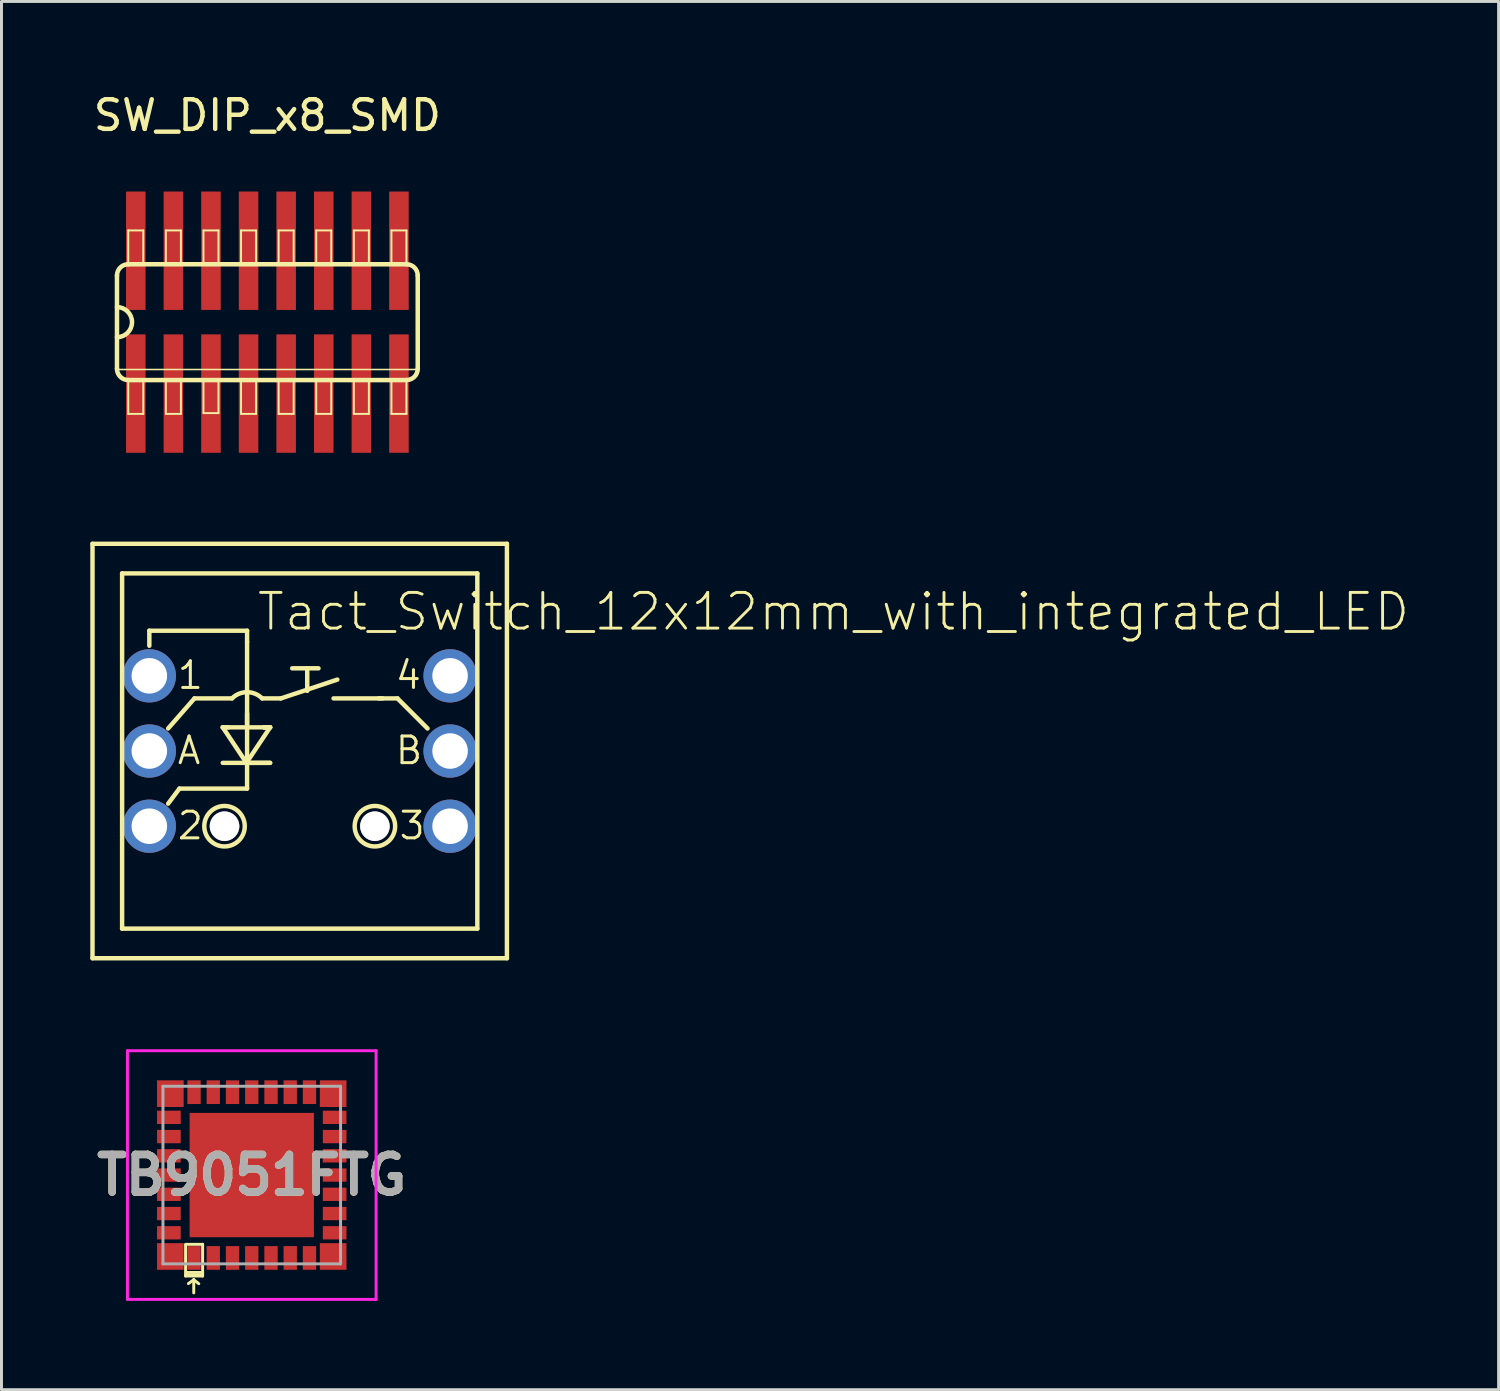
<source format=kicad_pcb>
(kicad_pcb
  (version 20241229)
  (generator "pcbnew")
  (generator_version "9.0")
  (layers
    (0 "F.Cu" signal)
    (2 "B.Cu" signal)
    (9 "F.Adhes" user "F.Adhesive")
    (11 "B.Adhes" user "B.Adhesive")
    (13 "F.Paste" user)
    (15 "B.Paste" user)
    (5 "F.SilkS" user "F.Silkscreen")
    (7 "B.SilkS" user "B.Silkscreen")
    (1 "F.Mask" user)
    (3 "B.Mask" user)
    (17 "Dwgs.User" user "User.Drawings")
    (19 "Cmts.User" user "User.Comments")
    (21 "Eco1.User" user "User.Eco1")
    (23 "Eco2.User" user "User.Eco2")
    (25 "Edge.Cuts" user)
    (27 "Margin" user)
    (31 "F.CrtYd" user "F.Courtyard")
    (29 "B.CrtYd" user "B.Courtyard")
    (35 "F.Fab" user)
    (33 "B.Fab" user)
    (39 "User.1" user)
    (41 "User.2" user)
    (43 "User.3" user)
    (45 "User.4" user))
  (footprint "SW_DIP_x8_SMD"
    (layer "F.Cu")
    (at 5.982 7.833)
    (property "Reference" "SW_DIP_x8_SMD" (at 0 -6.985 0) (layer "F.SilkS") (effects (font (size 1 1) (thickness 0.15))))
    (attr smd)
    (fp_line (start -5.08 -1.575) (end -5.08 1.575) (stroke (width 0.152) (type solid)) (layer "F.SilkS"))
    (fp_line (start -5.08 1.6) (end 5.08 1.6) (stroke (width 0.051) (type solid)) (layer "F.SilkS"))
    (fp_line (start -4.699 -3.099) (end -4.191 -3.099) (stroke (width 0.066) (type solid)) (layer "F.SilkS"))
    (fp_line (start -4.699 -1.956) (end -4.699 -3.099) (stroke (width 0.066) (type solid)) (layer "F.SilkS"))
    (fp_line (start -4.699 -1.956) (end -4.191 -1.956) (stroke (width 0.066) (type solid)) (layer "F.SilkS"))
    (fp_line (start -4.699 1.956) (end -4.191 1.956) (stroke (width 0.066) (type solid)) (layer "F.SilkS"))
    (fp_line (start -4.699 1.956) (end 4.699 1.956) (stroke (width 0.152) (type solid)) (layer "F.SilkS"))
    (fp_line (start -4.699 3.099) (end -4.699 1.956) (stroke (width 0.066) (type solid)) (layer "F.SilkS"))
    (fp_line (start -4.699 3.099) (end -4.191 3.099) (stroke (width 0.066) (type solid)) (layer "F.SilkS"))
    (fp_line (start -4.191 -1.956) (end -4.191 -3.099) (stroke (width 0.066) (type solid)) (layer "F.SilkS"))
    (fp_line (start -4.191 3.099) (end -4.191 1.956) (stroke (width 0.066) (type solid)) (layer "F.SilkS"))
    (fp_line (start -3.429 -3.099) (end -2.921 -3.099) (stroke (width 0.066) (type solid)) (layer "F.SilkS"))
    (fp_line (start -3.429 -1.956) (end -3.429 -3.099) (stroke (width 0.066) (type solid)) (layer "F.SilkS"))
    (fp_line (start -3.429 -1.956) (end -2.921 -1.956) (stroke (width 0.066) (type solid)) (layer "F.SilkS"))
    (fp_line (start -3.429 1.956) (end -2.921 1.956) (stroke (width 0.066) (type solid)) (layer "F.SilkS"))
    (fp_line (start -3.429 3.099) (end -3.429 1.956) (stroke (width 0.066) (type solid)) (layer "F.SilkS"))
    (fp_line (start -3.429 3.099) (end -2.921 3.099) (stroke (width 0.066) (type solid)) (layer "F.SilkS"))
    (fp_line (start -2.921 -1.956) (end -2.921 -3.099) (stroke (width 0.066) (type solid)) (layer "F.SilkS"))
    (fp_line (start -2.921 3.099) (end -2.921 1.956) (stroke (width 0.066) (type solid)) (layer "F.SilkS"))
    (fp_line (start -2.159 -3.099) (end -1.651 -3.099) (stroke (width 0.066) (type solid)) (layer "F.SilkS"))
    (fp_line (start -2.159 -1.956) (end -2.159 -3.099) (stroke (width 0.066) (type solid)) (layer "F.SilkS"))
    (fp_line (start -2.159 -1.956) (end -1.651 -1.956) (stroke (width 0.066) (type solid)) (layer "F.SilkS"))
    (fp_line (start -2.159 1.93) (end -1.651 1.93) (stroke (width 0.066) (type solid)) (layer "F.SilkS"))
    (fp_line (start -2.159 3.073) (end -2.159 1.93) (stroke (width 0.066) (type solid)) (layer "F.SilkS"))
    (fp_line (start -2.159 3.073) (end -1.651 3.073) (stroke (width 0.066) (type solid)) (layer "F.SilkS"))
    (fp_line (start -1.651 -1.956) (end -1.651 -3.099) (stroke (width 0.066) (type solid)) (layer "F.SilkS"))
    (fp_line (start -1.651 3.073) (end -1.651 1.93) (stroke (width 0.066) (type solid)) (layer "F.SilkS"))
    (fp_line (start -0.889 -3.099) (end -0.381 -3.099) (stroke (width 0.066) (type solid)) (layer "F.SilkS"))
    (fp_line (start -0.889 -1.956) (end -0.889 -3.099) (stroke (width 0.066) (type solid)) (layer "F.SilkS"))
    (fp_line (start -0.889 -1.956) (end -0.381 -1.956) (stroke (width 0.066) (type solid)) (layer "F.SilkS"))
    (fp_line (start -0.889 1.956) (end -0.381 1.956) (stroke (width 0.066) (type solid)) (layer "F.SilkS"))
    (fp_line (start -0.889 3.099) (end -0.889 1.956) (stroke (width 0.066) (type solid)) (layer "F.SilkS"))
    (fp_line (start -0.889 3.099) (end -0.381 3.099) (stroke (width 0.066) (type solid)) (layer "F.SilkS"))
    (fp_line (start -0.381 -1.956) (end -0.381 -3.099) (stroke (width 0.066) (type solid)) (layer "F.SilkS"))
    (fp_line (start -0.381 3.099) (end -0.381 1.956) (stroke (width 0.066) (type solid)) (layer "F.SilkS"))
    (fp_line (start 0.381 -3.099) (end 0.889 -3.099) (stroke (width 0.066) (type solid)) (layer "F.SilkS"))
    (fp_line (start 0.381 -1.956) (end 0.381 -3.099) (stroke (width 0.066) (type solid)) (layer "F.SilkS"))
    (fp_line (start 0.381 -1.956) (end 0.889 -1.956) (stroke (width 0.066) (type solid)) (layer "F.SilkS"))
    (fp_line (start 0.381 1.956) (end 0.889 1.956) (stroke (width 0.066) (type solid)) (layer "F.SilkS"))
    (fp_line (start 0.381 3.099) (end 0.381 1.956) (stroke (width 0.066) (type solid)) (layer "F.SilkS"))
    (fp_line (start 0.381 3.099) (end 0.889 3.099) (stroke (width 0.066) (type solid)) (layer "F.SilkS"))
    (fp_line (start 0.889 -1.956) (end 0.889 -3.099) (stroke (width 0.066) (type solid)) (layer "F.SilkS"))
    (fp_line (start 0.889 3.099) (end 0.889 1.956) (stroke (width 0.066) (type solid)) (layer "F.SilkS"))
    (fp_line (start 1.651 -3.099) (end 2.159 -3.099) (stroke (width 0.066) (type solid)) (layer "F.SilkS"))
    (fp_line (start 1.651 -1.956) (end 1.651 -3.099) (stroke (width 0.066) (type solid)) (layer "F.SilkS"))
    (fp_line (start 1.651 -1.956) (end 2.159 -1.956) (stroke (width 0.066) (type solid)) (layer "F.SilkS"))
    (fp_line (start 1.651 1.956) (end 2.159 1.956) (stroke (width 0.066) (type solid)) (layer "F.SilkS"))
    (fp_line (start 1.651 3.099) (end 1.651 1.956) (stroke (width 0.066) (type solid)) (layer "F.SilkS"))
    (fp_line (start 1.651 3.099) (end 2.159 3.099) (stroke (width 0.066) (type solid)) (layer "F.SilkS"))
    (fp_line (start 2.159 -1.956) (end 2.159 -3.099) (stroke (width 0.066) (type solid)) (layer "F.SilkS"))
    (fp_line (start 2.159 3.099) (end 2.159 1.956) (stroke (width 0.066) (type solid)) (layer "F.SilkS"))
    (fp_line (start 2.921 -3.099) (end 3.429 -3.099) (stroke (width 0.066) (type solid)) (layer "F.SilkS"))
    (fp_line (start 2.921 -1.956) (end 2.921 -3.099) (stroke (width 0.066) (type solid)) (layer "F.SilkS"))
    (fp_line (start 2.921 -1.956) (end 3.429 -1.956) (stroke (width 0.066) (type solid)) (layer "F.SilkS"))
    (fp_line (start 2.921 1.956) (end 3.429 1.956) (stroke (width 0.066) (type solid)) (layer "F.SilkS"))
    (fp_line (start 2.921 3.099) (end 2.921 1.956) (stroke (width 0.066) (type solid)) (layer "F.SilkS"))
    (fp_line (start 2.921 3.099) (end 3.429 3.099) (stroke (width 0.066) (type solid)) (layer "F.SilkS"))
    (fp_line (start 3.429 -1.956) (end 3.429 -3.099) (stroke (width 0.066) (type solid)) (layer "F.SilkS"))
    (fp_line (start 3.429 3.099) (end 3.429 1.956) (stroke (width 0.066) (type solid)) (layer "F.SilkS"))
    (fp_line (start 4.191 -3.099) (end 4.699 -3.099) (stroke (width 0.066) (type solid)) (layer "F.SilkS"))
    (fp_line (start 4.191 -1.956) (end 4.191 -3.099) (stroke (width 0.066) (type solid)) (layer "F.SilkS"))
    (fp_line (start 4.191 -1.956) (end 4.699 -1.956) (stroke (width 0.066) (type solid)) (layer "F.SilkS"))
    (fp_line (start 4.191 1.956) (end 4.699 1.956) (stroke (width 0.066) (type solid)) (layer "F.SilkS"))
    (fp_line (start 4.191 3.099) (end 4.191 1.956) (stroke (width 0.066) (type solid)) (layer "F.SilkS"))
    (fp_line (start 4.191 3.099) (end 4.699 3.099) (stroke (width 0.066) (type solid)) (layer "F.SilkS"))
    (fp_line (start 4.699 -1.956) (end -4.699 -1.956) (stroke (width 0.152) (type solid)) (layer "F.SilkS"))
    (fp_line (start 4.699 -1.956) (end 4.699 -3.099) (stroke (width 0.066) (type solid)) (layer "F.SilkS"))
    (fp_line (start 4.699 3.099) (end 4.699 1.956) (stroke (width 0.066) (type solid)) (layer "F.SilkS"))
    (fp_line (start 5.08 1.575) (end 5.08 -1.575) (stroke (width 0.152) (type solid)) (layer "F.SilkS"))
    (fp_arc (start -5.08 -1.5748) (mid -4.968408 -1.844208) (end -4.699 -1.9558) (stroke (width 0.1524) (type solid)) (layer "F.SilkS"))
    (fp_arc (start -5.08 -0.508) (mid -4.572 0) (end -5.08 0.508) (stroke (width 0.1524) (type solid)) (layer "F.SilkS"))
    (fp_arc (start -4.699 1.9558) (mid -4.968408 1.844208) (end -5.08 1.5748) (stroke (width 0.1524) (type solid)) (layer "F.SilkS"))
    (fp_arc (start 4.699 -1.9558) (mid 4.968408 -1.844208) (end 5.08 -1.5748) (stroke (width 0.1524) (type solid)) (layer "F.SilkS"))
    (fp_arc (start 5.08 1.5748) (mid 4.968408 1.844208) (end 4.699 1.9558) (stroke (width 0.1524) (type solid)) (layer "F.SilkS"))
    (pad "1" smd rect (at -4.445 2.413) (size 0.66 4) (layers "F.Cu" "F.Mask" "F.Paste"))
    (pad "2" smd rect (at -3.175 2.413) (size 0.66 4) (layers "F.Cu" "F.Mask" "F.Paste"))
    (pad "3" smd rect (at -1.905 2.413) (size 0.66 4) (layers "F.Cu" "F.Mask" "F.Paste"))
    (pad "4" smd rect (at -0.635 2.413) (size 0.66 4) (layers "F.Cu" "F.Mask" "F.Paste"))
    (pad "5" smd rect (at 0.635 2.413) (size 0.66 4) (layers "F.Cu" "F.Mask" "F.Paste"))
    (pad "6" smd rect (at 1.905 2.413) (size 0.66 4) (layers "F.Cu" "F.Mask" "F.Paste"))
    (pad "7" smd rect (at 3.175 2.413) (size 0.66 4) (layers "F.Cu" "F.Mask" "F.Paste"))
    (pad "8" smd rect (at 4.445 2.413) (size 0.66 4) (layers "F.Cu" "F.Mask" "F.Paste"))
    (pad "9" smd rect (at 4.445 -2.413) (size 0.66 4) (layers "F.Cu" "F.Mask" "F.Paste"))
    (pad "10" smd rect (at 3.175 -2.413) (size 0.66 4) (layers "F.Cu" "F.Mask" "F.Paste"))
    (pad "11" smd rect (at 1.905 -2.413) (size 0.66 4) (layers "F.Cu" "F.Mask" "F.Paste"))
    (pad "12" smd rect (at 0.635 -2.413) (size 0.66 4) (layers "F.Cu" "F.Mask" "F.Paste"))
    (pad "13" smd rect (at -0.635 -2.413) (size 0.66 4) (layers "F.Cu" "F.Mask" "F.Paste"))
    (pad "14" smd rect (at -1.905 -2.413) (size 0.66 4) (layers "F.Cu" "F.Mask" "F.Paste"))
    (pad "15" smd rect (at -3.175 -2.413) (size 0.66 4) (layers "F.Cu" "F.Mask" "F.Paste"))
    (pad "16" smd rect (at -4.445 -2.413) (size 0.66 4) (layers "F.Cu" "F.Mask" "F.Paste")))
  (footprint "Tact_Switch_12x12mm_with_integrated_LED"
    (layer "F.Cu")
    (at 7.075 22.321)
    (property "Reference" "Tact_Switch_12x12mm_with_integrated_LED" (at -1.5 -4 0) (layer "F.SilkS") (effects (font (size 1.206 1.206) (thickness 0.097)) (justify left bottom)))
    (attr through_hole)
    (fp_line (start -7 -7) (end -7 7) (stroke (width 0.15) (type solid)) (layer "F.SilkS"))
    (fp_line (start -7 7) (end 7 7) (stroke (width 0.15) (type solid)) (layer "F.SilkS"))
    (fp_line (start -6 -6) (end -6 6) (stroke (width 0.15) (type solid)) (layer "F.SilkS"))
    (fp_line (start -6 6) (end 6 6) (stroke (width 0.15) (type solid)) (layer "F.SilkS"))
    (fp_line (start -5.08 -4.064) (end -5.08 -3.556) (stroke (width 0.15) (type solid)) (layer "F.SilkS"))
    (fp_line (start -4.064 1.27) (end -4.445 1.778) (stroke (width 0.15) (type solid)) (layer "F.SilkS"))
    (fp_line (start -3.556 -1.778) (end -4.445 -0.762) (stroke (width 0.15) (type solid)) (layer "F.SilkS"))
    (fp_line (start -2.6 -0.8) (end -2.4 -0.8) (stroke (width 0.15) (type solid)) (layer "F.SilkS"))
    (fp_line (start -2.6 -0.8) (end -1.8 0.4) (stroke (width 0.15) (type solid)) (layer "F.SilkS"))
    (fp_line (start -2.6 -0.8) (end -1.2 -0.8) (stroke (width 0.15) (type solid)) (layer "F.SilkS"))
    (fp_line (start -2.286 -1.778) (end -3.556 -1.778) (stroke (width 0.15) (type solid)) (layer "F.SilkS"))
    (fp_line (start -1.8 0.4) (end -1 0.4) (stroke (width 0.15) (type solid)) (layer "F.SilkS"))
    (fp_line (start -1.778 -4.064) (end -5.08 -4.064) (stroke (width 0.15) (type solid)) (layer "F.SilkS"))
    (fp_line (start -1.778 -3.683) (end -1.778 -4.064) (stroke (width 0.15) (type solid)) (layer "F.SilkS"))
    (fp_line (start -1.778 -0.889) (end -1.778 -3.683) (stroke (width 0.15) (type solid)) (layer "F.SilkS"))
    (fp_line (start -1.778 1.27) (end -4.064 1.27) (stroke (width 0.15) (type solid)) (layer "F.SilkS"))
    (fp_line (start -1.778 1.27) (end -1.778 -1.27) (stroke (width 0.15) (type solid)) (layer "F.SilkS"))
    (fp_line (start -1.27 -1.778) (end -0.635 -1.778) (stroke (width 0.15) (type solid)) (layer "F.SilkS"))
    (fp_line (start -1.2 -0.8) (end -1 -0.8) (stroke (width 0.15) (type solid)) (layer "F.SilkS"))
    (fp_line (start -1 -0.8) (end -1.8 0.4) (stroke (width 0.15) (type solid)) (layer "F.SilkS"))
    (fp_line (start -1 -0.8) (end -1.2 -0.8) (stroke (width 0.15) (type solid)) (layer "F.SilkS"))
    (fp_line (start -1 -0.8) (end -1.2 -0.8) (stroke (width 0.15) (type solid)) (layer "F.SilkS"))
    (fp_line (start -1 0.4) (end -2.6 0.4) (stroke (width 0.15) (type solid)) (layer "F.SilkS"))
    (fp_line (start -0.635 -1.778) (end 1.27 -2.413) (stroke (width 0.15) (type solid)) (layer "F.SilkS"))
    (fp_line (start -0.254 -2.794) (end 0.635 -2.794) (stroke (width 0.15) (type solid)) (layer "F.SilkS"))
    (fp_line (start 0.254 -2.032) (end 0.254 -2.794) (stroke (width 0.15) (type solid)) (layer "F.SilkS"))
    (fp_line (start 1.143 -1.778) (end 2.794 -1.778) (stroke (width 0.15) (type solid)) (layer "F.SilkS"))
    (fp_line (start 2.667 -1.778) (end 3.302 -1.778) (stroke (width 0.15) (type solid)) (layer "F.SilkS"))
    (fp_line (start 3.302 -1.778) (end 4.318 -0.762) (stroke (width 0.15) (type solid)) (layer "F.SilkS"))
    (fp_line (start 6 -6) (end -6 -6) (stroke (width 0.15) (type solid)) (layer "F.SilkS"))
    (fp_line (start 6 6) (end 6 -6) (stroke (width 0.15) (type solid)) (layer "F.SilkS"))
    (fp_line (start 7 -7) (end -7 -7) (stroke (width 0.15) (type solid)) (layer "F.SilkS"))
    (fp_line (start 7 7) (end 7 -7) (stroke (width 0.15) (type solid)) (layer "F.SilkS"))
    (fp_arc (start -2.286 -1.778) (mid -1.778 -1.98842) (end -1.27 -1.778) (stroke (width 0.15) (type solid)) (layer "F.SilkS"))
    (fp_circle (center -2.54 2.54) (end -3.175 2.286) (stroke (width 0.15) (type solid)) (fill no) (layer "F.SilkS"))
    (fp_circle (center 2.54 2.54) (end 1.905 2.286) (stroke (width 0.15) (type solid)) (fill no) (layer "F.SilkS"))
    (fp_text user "A" (at -4.191 0.508 0) (layer "F.SilkS") (effects (font (size 0.9 0.9) (thickness 0.102)) (justify left bottom)))
    (fp_text user "4" (at 3.175 -2.032 0) (layer "F.SilkS") (effects (font (size 0.9 0.9) (thickness 0.102)) (justify left bottom)))
    (fp_text user "1" (at -4.191 -2.032 0) (layer "F.SilkS") (effects (font (size 0.9 0.9) (thickness 0.102)) (justify left bottom)))
    (fp_text user "2" (at -4.191 3.048 0) (layer "F.SilkS") (effects (font (size 0.9 0.9) (thickness 0.102)) (justify left bottom)))
    (fp_text user "3" (at 3.302 3.048 0) (layer "F.SilkS") (effects (font (size 0.9 0.9) (thickness 0.102)) (justify left bottom)))
    (fp_text user "B" (at 3.175 0.508 0) (layer "F.SilkS") (effects (font (size 0.9 0.9) (thickness 0.102)) (justify left bottom)))
    (pad "" thru_hole circle (at -2.54 2.54) (size 1 1) (drill 1) (layers "*.Cu" "*.Mask"))
    (pad "" thru_hole circle (at 2.54 2.54) (size 1 1) (drill 1) (layers "*.Cu" "*.Mask"))
    (pad "1" thru_hole circle (at -5.08 -2.54) (size 1.8 1.8) (drill 1.2) (layers "*.Cu" "*.Mask"))
    (pad "2" thru_hole circle (at -5.08 2.54) (size 1.8 1.8) (drill 1.2) (layers "*.Cu" "*.Mask"))
    (pad "3" thru_hole circle (at 5.08 2.54) (size 1.8 1.8) (drill 1.2) (layers "*.Cu" "*.Mask"))
    (pad "4" thru_hole circle (at 5.08 -2.54) (size 1.8 1.8) (drill 1.2) (layers "*.Cu" "*.Mask"))
    (pad "A" thru_hole circle (at -5.08 0) (size 1.8 1.8) (drill 1.2) (layers "*.Cu" "*.Mask"))
    (pad "B" thru_hole circle (at 5.08 0) (size 1.8 1.8) (drill 1.2) (layers "*.Cu" "*.Mask")))
  (footprint "TB9051FTG"
    (layer "F.Cu")
    (at 5.455 36.646)
    (property "Reference" "TB9051FTG" (at 0 0 0) (layer "F.SilkS") (effects (font (size 1.27 1.27) (thickness 0.254))))
    (attr smd)
    (fp_line (start -2.235 2.35) (end -2.235 3.41) (stroke (width 0.1) (type default)) (layer "F.SilkS"))
    (fp_line (start -2.235 3.41) (end -1.662 3.41) (stroke (width 0.1) (type default)) (layer "F.SilkS"))
    (fp_line (start -2.23 3.38) (end -1.662 3.38) (stroke (width 0.1) (type default)) (layer "F.SilkS"))
    (fp_line (start -2.22 3.29) (end -1.662 3.29) (stroke (width 0.1) (type default)) (layer "F.SilkS"))
    (fp_line (start -2.14 3.666) (end -1.96 3.536) (stroke (width 0.1) (type default)) (layer "F.SilkS"))
    (fp_line (start -1.96 3.98) (end -1.96 3.536) (stroke (width 0.1) (type default)) (layer "F.SilkS"))
    (fp_line (start -1.79 3.67) (end -1.96 3.535) (stroke (width 0.1) (type default)) (layer "F.SilkS"))
    (fp_line (start -1.66 2.34) (end -2.23 2.34) (stroke (width 0.1) (type solid)) (layer "F.SilkS"))
    (fp_line (start -1.66 3.41) (end -1.66 2.34) (stroke (width 0.1) (type default)) (layer "F.SilkS"))
    (fp_line (start -4.2 -4.2) (end 4.2 -4.2) (stroke (width 0.1) (type solid)) (layer "F.CrtYd"))
    (fp_line (start -4.2 4.2) (end -4.2 -4.2) (stroke (width 0.1) (type solid)) (layer "F.CrtYd"))
    (fp_line (start 4.2 -4.2) (end 4.2 4.2) (stroke (width 0.1) (type solid)) (layer "F.CrtYd"))
    (fp_line (start 4.2 4.2) (end -4.2 4.2) (stroke (width 0.1) (type solid)) (layer "F.CrtYd"))
    (fp_line (start -3 -3) (end -3 3) (stroke (width 0.1) (type solid)) (layer "F.Fab"))
    (fp_line (start -3 3) (end 3 3) (stroke (width 0.1) (type solid)) (layer "F.Fab"))
    (fp_line (start 3 -3) (end -3 -3) (stroke (width 0.1) (type solid)) (layer "F.Fab"))
    (fp_line (start 3 3) (end 3 -3) (stroke (width 0.1) (type solid)) (layer "F.Fab"))
    (fp_text user "${REFERENCE}" (at 0 0 0) (layer "F.Fab") (effects (font (size 1.27 1.27) (thickness 0.254))))
    (pad "1" smd rect (at -1.95 2.8) (size 0.45 0.8) (layers "F.Cu" "F.Mask" "F.Paste"))
    (pad "2" smd rect (at -1.3 2.8) (size 0.45 0.8) (layers "F.Cu" "F.Mask" "F.Paste"))
    (pad "3" smd rect (at -0.65 2.8) (size 0.45 0.8) (layers "F.Cu" "F.Mask" "F.Paste"))
    (pad "4" smd rect (at 0 2.8) (size 0.45 0.8) (layers "F.Cu" "F.Mask" "F.Paste"))
    (pad "5" smd rect (at 0.65 2.8) (size 0.45 0.8) (layers "F.Cu" "F.Mask" "F.Paste"))
    (pad "6" smd rect (at 1.3 2.8) (size 0.45 0.8) (layers "F.Cu" "F.Mask" "F.Paste"))
    (pad "7" smd rect (at 1.95 2.8) (size 0.45 0.8) (layers "F.Cu" "F.Mask" "F.Paste"))
    (pad "8" smd rect (at 2.8 1.95 90) (size 0.45 0.8) (layers "F.Cu" "F.Mask" "F.Paste"))
    (pad "9" smd rect (at 2.8 1.3 90) (size 0.45 0.8) (layers "F.Cu" "F.Mask" "F.Paste"))
    (pad "10" smd rect (at 2.8 0.65 90) (size 0.45 0.8) (layers "F.Cu" "F.Mask" "F.Paste"))
    (pad "11" smd rect (at 2.8 0 90) (size 0.45 0.8) (layers "F.Cu" "F.Mask" "F.Paste"))
    (pad "12" smd rect (at 2.8 -0.65 90) (size 0.45 0.8) (layers "F.Cu" "F.Mask" "F.Paste"))
    (pad "13" smd rect (at 2.8 -1.3 90) (size 0.45 0.8) (layers "F.Cu" "F.Mask" "F.Paste"))
    (pad "14" smd rect (at 2.8 -1.95 90) (size 0.45 0.8) (layers "F.Cu" "F.Mask" "F.Paste"))
    (pad "15" smd rect (at 1.95 -2.8) (size 0.45 0.8) (layers "F.Cu" "F.Mask" "F.Paste"))
    (pad "16" smd rect (at 1.3 -2.8) (size 0.45 0.8) (layers "F.Cu" "F.Mask" "F.Paste"))
    (pad "17" smd rect (at 0.65 -2.8) (size 0.45 0.8) (layers "F.Cu" "F.Mask" "F.Paste"))
    (pad "18" smd rect (at 0 -2.8) (size 0.45 0.8) (layers "F.Cu" "F.Mask" "F.Paste"))
    (pad "19" smd rect (at -0.65 -2.8) (size 0.45 0.8) (layers "F.Cu" "F.Mask" "F.Paste"))
    (pad "20" smd rect (at -1.3 -2.8) (size 0.45 0.8) (layers "F.Cu" "F.Mask" "F.Paste"))
    (pad "21" smd rect (at -1.95 -2.8) (size 0.45 0.8) (layers "F.Cu" "F.Mask" "F.Paste"))
    (pad "22" smd rect (at -2.8 -1.95 90) (size 0.45 0.8) (layers "F.Cu" "F.Mask" "F.Paste"))
    (pad "23" smd rect (at -2.8 -1.3 90) (size 0.45 0.8) (layers "F.Cu" "F.Mask" "F.Paste"))
    (pad "24" smd rect (at -2.8 -0.65 90) (size 0.45 0.8) (layers "F.Cu" "F.Mask" "F.Paste"))
    (pad "25" smd rect (at -2.8 0 90) (size 0.45 0.8) (layers "F.Cu" "F.Mask" "F.Paste"))
    (pad "26" smd rect (at -2.8 0.65 90) (size 0.45 0.8) (layers "F.Cu" "F.Mask" "F.Paste"))
    (pad "27" smd rect (at -2.8 1.3 90) (size 0.45 0.8) (layers "F.Cu" "F.Mask" "F.Paste"))
    (pad "28" smd rect (at -2.8 1.95 90) (size 0.45 0.8) (layers "F.Cu" "F.Mask" "F.Paste"))
    (pad "29" smd rect (at 0 0 90) (size 4.2 4.2) (layers "F.Cu" "F.Mask" "F.Paste"))
    (pad "C1" smd rect (at -2.75 2.75 90) (size 0.9 0.9) (layers "F.Cu" "F.Mask" "F.Paste"))
    (pad "C2" smd rect (at 2.75 2.75 90) (size 0.9 0.9) (layers "F.Cu" "F.Mask" "F.Paste"))
    (pad "C3" smd rect (at 2.75 -2.75 90) (size 0.9 0.9) (layers "F.Cu" "F.Mask" "F.Paste"))
    (pad "C4" smd rect (at -2.75 -2.75 90) (size 0.9 0.9) (layers "F.Cu" "F.Mask" "F.Paste")))
  (gr_rect
    (start -3 -3)
    (end 47.576 43.896)
    (stroke (width 0.1) (type default))
    (fill no)
    (layer "Edge.Cuts")))
</source>
